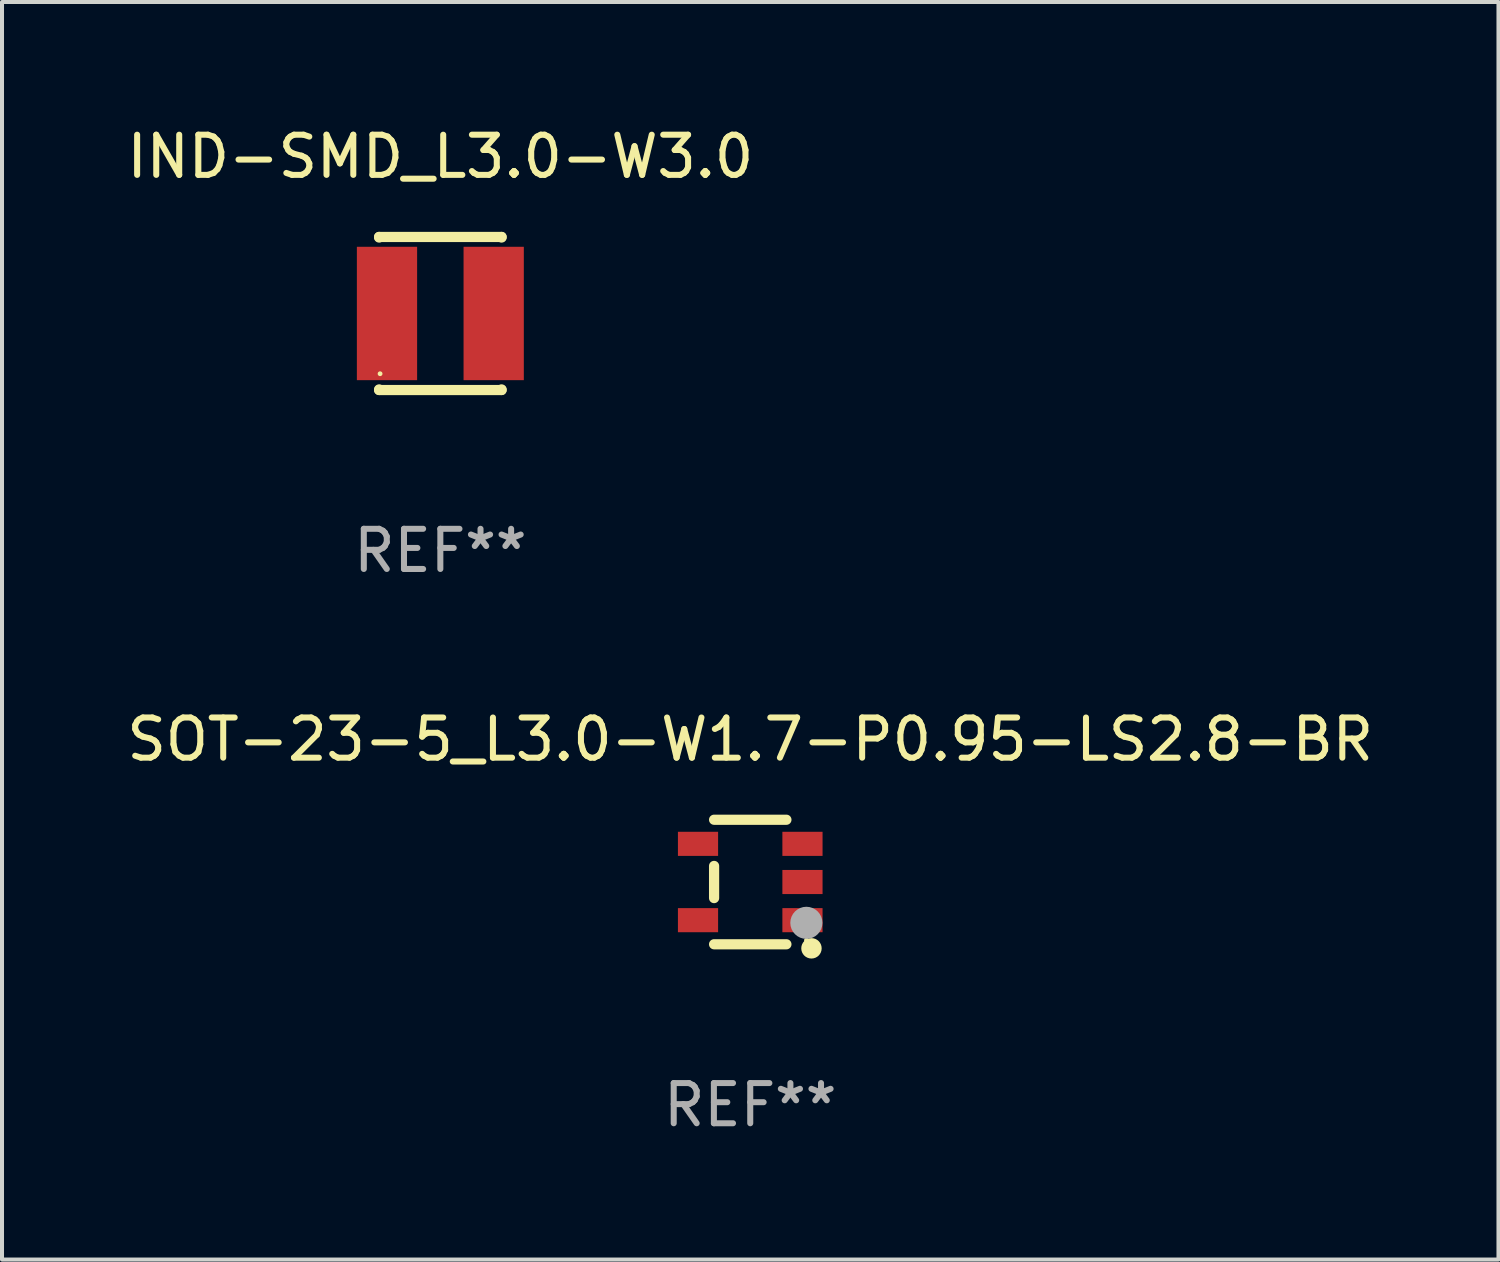
<source format=kicad_pcb>
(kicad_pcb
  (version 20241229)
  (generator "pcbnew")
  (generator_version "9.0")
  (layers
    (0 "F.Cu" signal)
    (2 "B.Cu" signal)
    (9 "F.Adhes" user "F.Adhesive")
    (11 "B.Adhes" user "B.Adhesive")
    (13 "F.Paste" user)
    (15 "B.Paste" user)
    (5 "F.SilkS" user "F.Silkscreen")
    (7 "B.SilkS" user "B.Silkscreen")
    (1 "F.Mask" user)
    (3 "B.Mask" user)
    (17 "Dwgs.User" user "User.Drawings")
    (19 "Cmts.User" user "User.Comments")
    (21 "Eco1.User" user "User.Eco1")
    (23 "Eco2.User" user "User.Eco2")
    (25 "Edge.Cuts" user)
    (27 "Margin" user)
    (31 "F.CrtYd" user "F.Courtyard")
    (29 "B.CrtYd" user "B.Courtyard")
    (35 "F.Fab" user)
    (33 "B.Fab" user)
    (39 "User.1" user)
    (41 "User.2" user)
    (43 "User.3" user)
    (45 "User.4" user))
  (footprint "SOT-23-5_L3.0-W1.7-P0.95-LS2.8-BR"
    (layer "F.Cu")
    (at 15.625 18.905)
    (property "Reference" "SOT-23-5_L3.0-W1.7-P0.95-LS2.8-BR" (at 0 -3.55 0) (layer "F.SilkS") (effects (font (size 1 1) (thickness 0.15))))
    (attr smd)
    (fp_line (start -0.9 -1.55) (end 0.9 -1.55) (stroke (width 0.254) (type solid)) (layer "F.SilkS"))
    (fp_line (start -0.9 0.4) (end -0.9 -0.4) (stroke (width 0.254) (type solid)) (layer "F.SilkS"))
    (fp_line (start -0.9 1.55) (end 0.9 1.55) (stroke (width 0.254) (type solid)) (layer "F.SilkS"))
    (fp_circle (center 1.4 1.45) (end 1.43 1.45) (stroke (width 0.06) (type solid)) (fill no) (layer "F.SilkS"))
    (fp_circle (center 1.524 1.651) (end 1.651 1.651) (stroke (width 0.254) (type solid)) (fill no) (layer "F.SilkS"))
    (fp_circle (center 1.397 1.016) (end 1.597 1.016) (stroke (width 0.4) (type solid)) (fill no) (layer "F.Fab"))
    (fp_text user "REF**" (at 0 5.55 0) (layer "F.Fab") (effects (font (size 1 1) (thickness 0.15))))
    (pad "1" smd rect (at 1.3 0.95) (size 1 0.6) (layers "F.Cu" "F.Mask" "F.Paste"))
    (pad "2" smd rect (at 1.3 0) (size 1 0.6) (layers "F.Cu" "F.Mask" "F.Paste"))
    (pad "3" smd rect (at 1.3 -0.95) (size 1 0.6) (layers "F.Cu" "F.Mask" "F.Paste"))
    (pad "4" smd rect (at -1.3 -0.95) (size 1 0.6) (layers "F.Cu" "F.Mask" "F.Paste"))
    (pad "5" smd rect (at -1.3 0.95) (size 1 0.6) (layers "F.Cu" "F.Mask" "F.Paste")))
  (footprint "IND-SMD_L3.0-W3.0"
    (layer "F.Cu")
    (at 7.911 4.753)
    (property "Reference" "IND-SMD_L3.0-W3.0" (at 0 -3.905 0) (layer "F.SilkS") (effects (font (size 1 1) (thickness 0.15))))
    (attr smd)
    (fp_line (start -1.524 -1.905) (end 1.524 -1.905) (stroke (width 0.254) (type solid)) (layer "F.SilkS"))
    (fp_line (start -1.524 -1.891) (end -1.524 -1.905) (stroke (width 0.254) (type solid)) (layer "F.SilkS"))
    (fp_line (start -1.524 1.905) (end -1.524 1.891) (stroke (width 0.254) (type solid)) (layer "F.SilkS"))
    (fp_line (start -1.524 1.905) (end 1.524 1.905) (stroke (width 0.254) (type solid)) (layer "F.SilkS"))
    (fp_line (start 1.524 -1.905) (end 1.524 -1.891) (stroke (width 0.254) (type solid)) (layer "F.SilkS"))
    (fp_line (start 1.524 1.891) (end 1.524 1.905) (stroke (width 0.254) (type solid)) (layer "F.SilkS"))
    (fp_circle (center -1.5 1.5) (end -1.47 1.5) (stroke (width 0.06) (type solid)) (fill no) (layer "F.SilkS"))
    (fp_text user "REF**" (at 0 5.905 0) (layer "F.Fab") (effects (font (size 1 1) (thickness 0.15))))
    (pad "1" smd rect (at 1.328 0) (size 1.5 3.32) (layers "F.Cu" "F.Mask" "F.Paste"))
    (pad "2" smd rect (at -1.328 0) (size 1.5 3.32) (layers "F.Cu" "F.Mask" "F.Paste")))
  (gr_rect
    (start -3 -3)
    (end 34.25 28.303)
    (stroke (width 0.1) (type default))
    (fill no)
    (layer "Edge.Cuts")))
</source>
